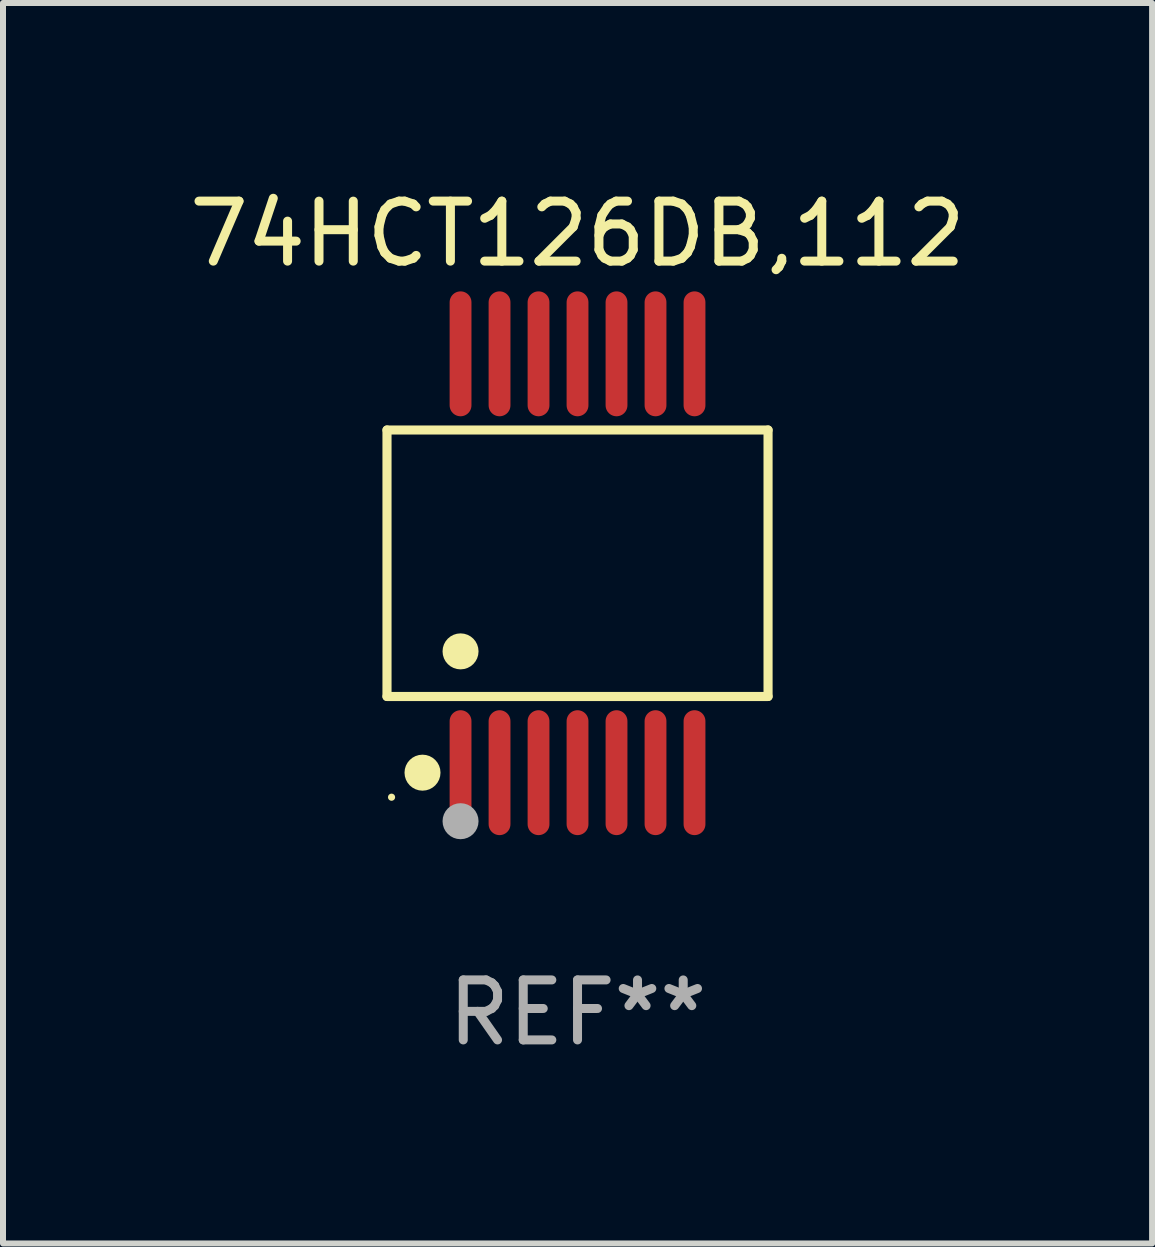
<source format=kicad_pcb>
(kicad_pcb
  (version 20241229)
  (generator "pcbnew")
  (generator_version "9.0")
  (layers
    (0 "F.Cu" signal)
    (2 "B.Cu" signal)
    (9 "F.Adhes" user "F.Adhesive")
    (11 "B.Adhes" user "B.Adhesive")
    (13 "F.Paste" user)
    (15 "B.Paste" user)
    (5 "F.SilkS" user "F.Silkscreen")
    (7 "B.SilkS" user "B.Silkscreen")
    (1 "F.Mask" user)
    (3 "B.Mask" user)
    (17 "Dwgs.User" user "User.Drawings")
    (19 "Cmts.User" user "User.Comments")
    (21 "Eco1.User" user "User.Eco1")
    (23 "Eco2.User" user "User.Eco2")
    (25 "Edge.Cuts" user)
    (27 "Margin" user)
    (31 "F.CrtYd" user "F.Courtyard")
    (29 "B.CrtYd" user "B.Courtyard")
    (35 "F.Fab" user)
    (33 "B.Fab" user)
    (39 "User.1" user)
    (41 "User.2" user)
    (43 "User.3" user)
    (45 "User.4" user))
  (footprint "74HCT126DB,112"
    (layer "F.Cu")
    (at 6.577 6.339)
    (property "Reference" "74HCT126DB,112" (at 0 -5.491 0) (layer "F.SilkS") (effects (font (size 1 1) (thickness 0.15))))
    (attr through_hole)
    (fp_line (start -3.176 -2.221) (end 3.176 -2.221) (stroke (width 0.152) (type solid)) (layer "F.SilkS"))
    (fp_line (start -3.176 2.221) (end -3.176 -2.221) (stroke (width 0.152) (type solid)) (layer "F.SilkS"))
    (fp_line (start 3.176 -2.221) (end 3.176 2.221) (stroke (width 0.152) (type solid)) (layer "F.SilkS"))
    (fp_line (start 3.176 2.221) (end -3.176 2.221) (stroke (width 0.152) (type solid)) (layer "F.SilkS"))
    (fp_circle (center -3.1 3.9) (end -3.07 3.9) (stroke (width 0.06) (type solid)) (fill no) (layer "F.SilkS"))
    (fp_circle (center -2.584 3.491) (end -2.434 3.491) (stroke (width 0.3) (type solid)) (fill no) (layer "F.SilkS"))
    (fp_circle (center -1.95 1.469) (end -1.8 1.469) (stroke (width 0.3) (type solid)) (fill no) (layer "F.SilkS"))
    (fp_circle (center -1.95 4.3) (end -1.8 4.3) (stroke (width 0.3) (type solid)) (fill no) (layer "F.Fab"))
    (fp_text user "REF**" (at 0 7.491 0) (layer "F.Fab") (effects (font (size 1 1) (thickness 0.15))))
    (pad "1" smd oval (at -1.95 3.491) (size 0.364 2.082) (layers "F.Cu" "F.Mask" "F.Paste"))
    (pad "2" smd oval (at -1.3 3.491) (size 0.364 2.082) (layers "F.Cu" "F.Mask" "F.Paste"))
    (pad "3" smd oval (at -0.65 3.491) (size 0.364 2.082) (layers "F.Cu" "F.Mask" "F.Paste"))
    (pad "4" smd oval (at 0 3.491) (size 0.364 2.082) (layers "F.Cu" "F.Mask" "F.Paste"))
    (pad "5" smd oval (at 0.65 3.491) (size 0.364 2.082) (layers "F.Cu" "F.Mask" "F.Paste"))
    (pad "6" smd oval (at 1.3 3.491) (size 0.364 2.082) (layers "F.Cu" "F.Mask" "F.Paste"))
    (pad "7" smd oval (at 1.95 3.491) (size 0.364 2.082) (layers "F.Cu" "F.Mask" "F.Paste"))
    (pad "8" smd oval (at 1.95 -3.491) (size 0.364 2.082) (layers "F.Cu" "F.Mask" "F.Paste"))
    (pad "9" smd oval (at 1.3 -3.491) (size 0.364 2.082) (layers "F.Cu" "F.Mask" "F.Paste"))
    (pad "10" smd oval (at 0.65 -3.491) (size 0.364 2.082) (layers "F.Cu" "F.Mask" "F.Paste"))
    (pad "11" smd oval (at 0 -3.491) (size 0.364 2.082) (layers "F.Cu" "F.Mask" "F.Paste"))
    (pad "12" smd oval (at -0.65 -3.491) (size 0.364 2.082) (layers "F.Cu" "F.Mask" "F.Paste"))
    (pad "13" smd oval (at -1.3 -3.491) (size 0.364 2.082) (layers "F.Cu" "F.Mask" "F.Paste"))
    (pad "14" smd oval (at -1.95 -3.491) (size 0.364 2.082) (layers "F.Cu" "F.Mask" "F.Paste")))
  (gr_rect
    (start -3 -3)
    (end 16.155 17.678)
    (stroke (width 0.1) (type default))
    (fill no)
    (layer "Edge.Cuts")))
</source>
